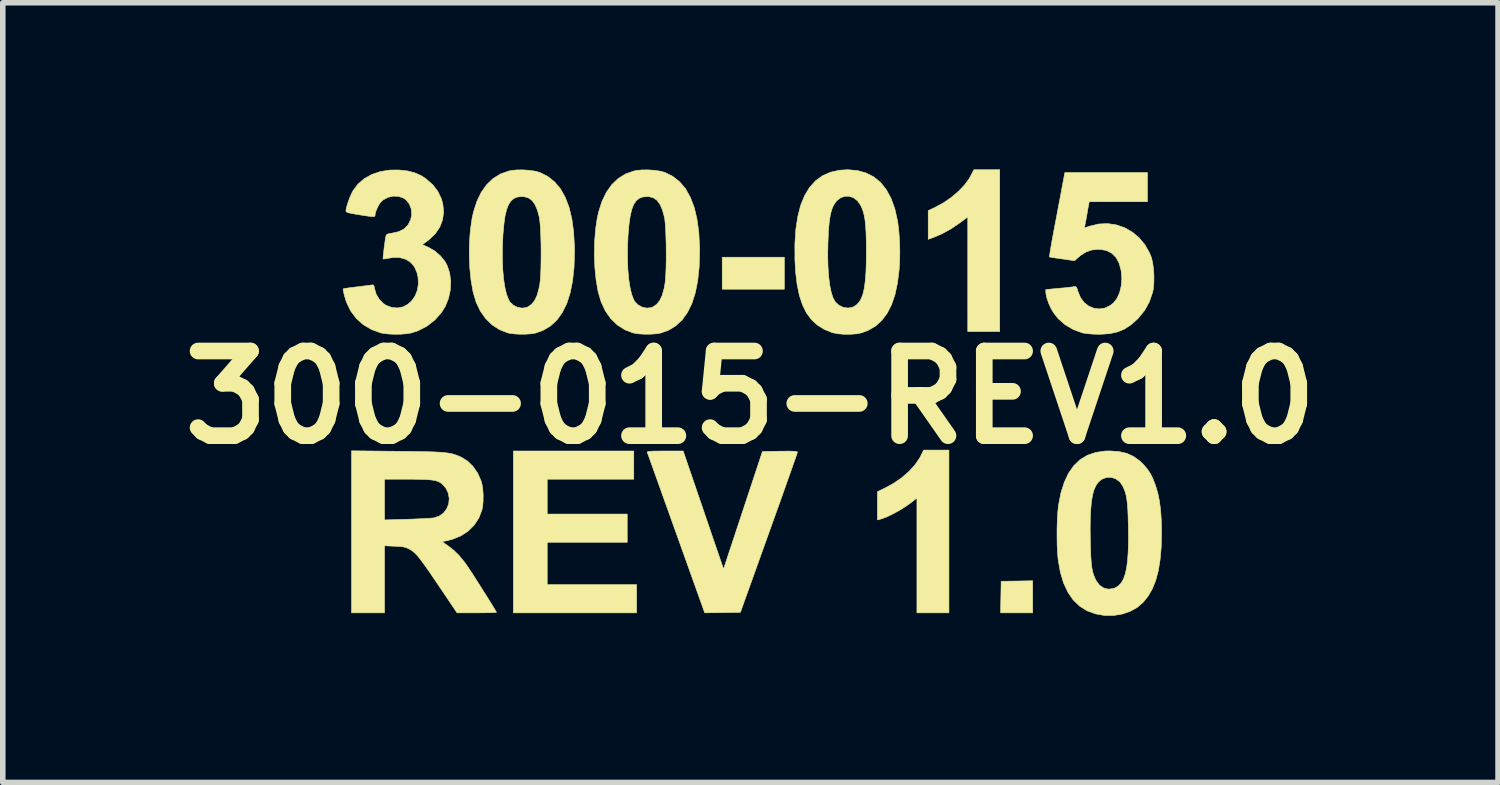
<source format=kicad_pcb>
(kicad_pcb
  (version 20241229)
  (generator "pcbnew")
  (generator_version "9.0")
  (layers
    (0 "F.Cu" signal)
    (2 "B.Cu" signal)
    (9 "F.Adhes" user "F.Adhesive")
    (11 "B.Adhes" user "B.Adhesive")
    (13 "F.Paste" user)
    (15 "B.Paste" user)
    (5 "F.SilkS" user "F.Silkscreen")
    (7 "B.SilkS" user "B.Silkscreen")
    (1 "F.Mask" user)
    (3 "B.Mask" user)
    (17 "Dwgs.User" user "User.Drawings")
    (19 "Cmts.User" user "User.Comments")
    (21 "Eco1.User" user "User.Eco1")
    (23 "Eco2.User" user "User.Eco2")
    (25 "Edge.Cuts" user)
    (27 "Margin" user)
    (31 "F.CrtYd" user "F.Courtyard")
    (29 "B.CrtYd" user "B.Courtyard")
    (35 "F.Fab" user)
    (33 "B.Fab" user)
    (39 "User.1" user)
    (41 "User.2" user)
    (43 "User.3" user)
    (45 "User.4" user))
  (footprint "300-015-REV1.0"
    (layer "F.Cu")
    (at 10.458 4.103)
    (property "Reference" "300-015-REV1.0" (at 0 0 0) (layer "F.SilkS") (effects (font (size 1.524 1.524) (thickness 0.3))))
    (attr through_hole)
    (fp_poly (pts (xy 0.61 -1.947) (xy -0.508 -1.947) (xy -0.508 -2.523) (xy 0.61 -2.523) (xy 0.61 -1.947)) (stroke (width 0.01) (type solid)) (fill yes) (layer "F.SilkS"))
    (fp_poly (pts (xy 5.08 3.878) (xy 4.503 3.878) (xy 4.508 3.594) (xy 4.513 3.31) (xy 4.796 3.306) (xy 5.08 3.301) (xy 5.08 3.878)) (stroke (width 0.01) (type solid)) (fill yes) (layer "F.SilkS"))
    (fp_poly (pts (xy -2.1 1.473) (xy -3.658 1.473) (xy -3.658 2.1) (xy -2.218 2.1) (xy -2.218 2.608) (xy -3.658 2.608) (xy -3.658 3.37) (xy -2.049 3.37) (xy -2.049 3.878) (xy -4.267 3.878) (xy -4.267 0.965) (xy -2.1 0.965) (xy -2.1 1.473)) (stroke (width 0.01) (type solid)) (fill yes) (layer "F.SilkS"))
    (fp_poly (pts (xy 4.487 -1.185) (xy 3.912 -1.185) (xy 3.912 -3.249) (xy 3.772 -3.144) (xy 3.609 -3.033) (xy 3.448 -2.945) (xy 3.312 -2.887) (xy 3.2 -2.845) (xy 3.2 -3.362) (xy 3.315 -3.416) (xy 3.469 -3.499) (xy 3.615 -3.599) (xy 3.745 -3.709) (xy 3.856 -3.826) (xy 3.941 -3.943) (xy 3.963 -3.984) (xy 4.022 -4.098) (xy 4.255 -4.098) (xy 4.487 -4.098) (xy 4.487 -1.185)) (stroke (width 0.01) (type solid)) (fill yes) (layer "F.SilkS"))
    (fp_poly (pts (xy 3.573 3.878) (xy 2.997 3.878) (xy 2.997 1.811) (xy 2.891 1.894) (xy 2.793 1.964) (xy 2.683 2.033) (xy 2.57 2.095) (xy 2.462 2.147) (xy 2.367 2.184) (xy 2.333 2.194) (xy 2.286 2.205) (xy 2.286 1.697) (xy 2.414 1.636) (xy 2.575 1.548) (xy 2.725 1.445) (xy 2.857 1.33) (xy 2.967 1.208) (xy 3.05 1.085) (xy 3.063 1.059) (xy 3.118 0.948) (xy 3.573 0.948) (xy 3.573 3.878)) (stroke (width 0.01) (type solid)) (fill yes) (layer "F.SilkS"))
    (fp_poly (pts (xy -1.211 0.965) (xy -1.001 1.579) (xy -0.946 1.741) (xy -0.886 1.915) (xy -0.826 2.093) (xy -0.766 2.267) (xy -0.711 2.429) (xy -0.662 2.571) (xy -0.638 2.642) (xy -0.484 3.09) (xy 0.216 0.974) (xy 0.532 0.969) (xy 0.647 0.968) (xy 0.732 0.968) (xy 0.791 0.97) (xy 0.827 0.975) (xy 0.843 0.981) (xy 0.846 0.986) (xy 0.84 1.005) (xy 0.824 1.053) (xy 0.798 1.129) (xy 0.762 1.229) (xy 0.719 1.353) (xy 0.668 1.496) (xy 0.611 1.658) (xy 0.548 1.836) (xy 0.479 2.027) (xy 0.407 2.229) (xy 0.332 2.438) (xy -0.181 3.869) (xy -0.502 3.874) (xy -0.823 3.878) (xy -1.336 2.444) (xy -1.412 2.233) (xy -1.484 2.03) (xy -1.553 1.839) (xy -1.616 1.661) (xy -1.674 1.499) (xy -1.726 1.355) (xy -1.77 1.232) (xy -1.806 1.131) (xy -1.833 1.055) (xy -1.851 1.007) (xy -1.858 0.988) (xy -1.858 0.988) (xy -1.855 0.98) (xy -1.837 0.974) (xy -1.8 0.97) (xy -1.741 0.967) (xy -1.655 0.966) (xy -1.539 0.965) (xy -1.539 0.965) (xy -1.211 0.965)) (stroke (width 0.01) (type solid)) (fill yes) (layer "F.SilkS"))
    (fp_poly (pts (xy 1.926 -4.083) (xy 2.083 -4.039) (xy 2.223 -3.967) (xy 2.344 -3.867) (xy 2.447 -3.737) (xy 2.532 -3.58) (xy 2.599 -3.394) (xy 2.647 -3.18) (xy 2.651 -3.159) (xy 2.671 -2.995) (xy 2.684 -2.809) (xy 2.689 -2.616) (xy 2.685 -2.425) (xy 2.676 -2.295) (xy 2.646 -2.056) (xy 2.601 -1.847) (xy 2.539 -1.666) (xy 2.46 -1.512) (xy 2.364 -1.385) (xy 2.251 -1.283) (xy 2.118 -1.206) (xy 1.999 -1.162) (xy 1.911 -1.144) (xy 1.803 -1.136) (xy 1.687 -1.136) (xy 1.577 -1.145) (xy 1.484 -1.163) (xy 1.47 -1.167) (xy 1.327 -1.225) (xy 1.203 -1.303) (xy 1.097 -1.401) (xy 1.008 -1.521) (xy 0.937 -1.666) (xy 0.881 -1.836) (xy 0.84 -2.033) (xy 0.813 -2.258) (xy 0.801 -2.472) (xy 0.801 -2.558) (xy 1.391 -2.558) (xy 1.396 -2.357) (xy 1.408 -2.178) (xy 1.427 -2.022) (xy 1.454 -1.892) (xy 1.487 -1.79) (xy 1.527 -1.719) (xy 1.527 -1.719) (xy 1.594 -1.657) (xy 1.674 -1.619) (xy 1.759 -1.608) (xy 1.841 -1.624) (xy 1.859 -1.632) (xy 1.914 -1.669) (xy 1.959 -1.718) (xy 1.997 -1.783) (xy 2.027 -1.865) (xy 2.05 -1.969) (xy 2.067 -2.096) (xy 2.079 -2.248) (xy 2.085 -2.429) (xy 2.087 -2.642) (xy 2.087 -2.642) (xy 2.085 -2.821) (xy 2.081 -2.97) (xy 2.073 -3.094) (xy 2.062 -3.198) (xy 2.046 -3.284) (xy 2.026 -3.358) (xy 2 -3.424) (xy 1.986 -3.454) (xy 1.928 -3.538) (xy 1.857 -3.593) (xy 1.78 -3.62) (xy 1.7 -3.62) (xy 1.623 -3.593) (xy 1.553 -3.54) (xy 1.497 -3.461) (xy 1.467 -3.391) (xy 1.446 -3.318) (xy 1.43 -3.236) (xy 1.417 -3.139) (xy 1.406 -3.024) (xy 1.399 -2.883) (xy 1.395 -2.777) (xy 1.391 -2.558) (xy 0.801 -2.558) (xy 0.8 -2.761) (xy 0.817 -3.022) (xy 0.852 -3.254) (xy 0.904 -3.457) (xy 0.975 -3.632) (xy 1.064 -3.779) (xy 1.171 -3.898) (xy 1.296 -3.989) (xy 1.44 -4.053) (xy 1.603 -4.089) (xy 1.751 -4.098) (xy 1.926 -4.083)) (stroke (width 0.01) (type solid)) (fill yes) (layer "F.SilkS"))
    (fp_poly (pts (xy -3.979 -4.087) (xy -3.872 -4.071) (xy -3.789 -4.048) (xy -3.648 -3.977) (xy -3.525 -3.879) (xy -3.42 -3.755) (xy -3.334 -3.602) (xy -3.265 -3.422) (xy -3.215 -3.214) (xy -3.183 -2.978) (xy -3.168 -2.713) (xy -3.167 -2.623) (xy -3.175 -2.347) (xy -3.201 -2.1) (xy -3.245 -1.881) (xy -3.306 -1.69) (xy -3.386 -1.528) (xy -3.483 -1.393) (xy -3.599 -1.286) (xy -3.733 -1.206) (xy -3.865 -1.159) (xy -3.944 -1.145) (xy -4.044 -1.138) (xy -4.152 -1.137) (xy -4.256 -1.143) (xy -4.345 -1.156) (xy -4.367 -1.161) (xy -4.517 -1.219) (xy -4.65 -1.305) (xy -4.766 -1.418) (xy -4.863 -1.556) (xy -4.939 -1.717) (xy -4.993 -1.9) (xy -4.994 -1.905) (xy -5.03 -2.112) (xy -5.052 -2.336) (xy -5.058 -2.485) (xy -4.465 -2.485) (xy -4.458 -2.298) (xy -4.443 -2.129) (xy -4.42 -1.981) (xy -4.391 -1.858) (xy -4.355 -1.763) (xy -4.331 -1.721) (xy -4.271 -1.662) (xy -4.196 -1.623) (xy -4.114 -1.607) (xy -4.036 -1.616) (xy -4.008 -1.628) (xy -3.94 -1.675) (xy -3.886 -1.741) (xy -3.843 -1.83) (xy -3.809 -1.947) (xy -3.791 -2.041) (xy -3.782 -2.115) (xy -3.776 -2.215) (xy -3.771 -2.335) (xy -3.769 -2.468) (xy -3.768 -2.608) (xy -3.769 -2.75) (xy -3.773 -2.886) (xy -3.778 -3.011) (xy -3.785 -3.118) (xy -3.794 -3.202) (xy -3.8 -3.242) (xy -3.836 -3.374) (xy -3.88 -3.475) (xy -3.934 -3.548) (xy -4 -3.593) (xy -4.079 -3.614) (xy -4.115 -3.615) (xy -4.192 -3.607) (xy -4.257 -3.582) (xy -4.311 -3.536) (xy -4.355 -3.469) (xy -4.39 -3.378) (xy -4.418 -3.26) (xy -4.438 -3.113) (xy -4.454 -2.935) (xy -4.456 -2.902) (xy -4.465 -2.688) (xy -4.465 -2.485) (xy -5.058 -2.485) (xy -5.061 -2.567) (xy -5.057 -2.799) (xy -5.04 -3.021) (xy -5.01 -3.226) (xy -4.986 -3.334) (xy -4.925 -3.526) (xy -4.845 -3.692) (xy -4.747 -3.83) (xy -4.632 -3.94) (xy -4.499 -4.022) (xy -4.351 -4.074) (xy -4.31 -4.083) (xy -4.209 -4.094) (xy -4.095 -4.095) (xy -3.979 -4.087)) (stroke (width 0.01) (type solid)) (fill yes) (layer "F.SilkS"))
    (fp_poly (pts (xy -1.727 -4.087) (xy -1.62 -4.071) (xy -1.537 -4.048) (xy -1.396 -3.977) (xy -1.273 -3.879) (xy -1.168 -3.755) (xy -1.082 -3.602) (xy -1.013 -3.422) (xy -0.963 -3.214) (xy -0.93 -2.978) (xy -0.916 -2.713) (xy -0.915 -2.623) (xy -0.923 -2.347) (xy -0.949 -2.1) (xy -0.993 -1.881) (xy -1.054 -1.69) (xy -1.134 -1.528) (xy -1.231 -1.393) (xy -1.347 -1.286) (xy -1.48 -1.206) (xy -1.613 -1.159) (xy -1.692 -1.145) (xy -1.792 -1.138) (xy -1.9 -1.137) (xy -2.004 -1.143) (xy -2.092 -1.156) (xy -2.115 -1.161) (xy -2.264 -1.219) (xy -2.398 -1.305) (xy -2.514 -1.418) (xy -2.611 -1.556) (xy -2.687 -1.717) (xy -2.741 -1.9) (xy -2.742 -1.905) (xy -2.778 -2.112) (xy -2.8 -2.336) (xy -2.806 -2.485) (xy -2.213 -2.485) (xy -2.206 -2.298) (xy -2.191 -2.129) (xy -2.168 -1.981) (xy -2.139 -1.858) (xy -2.103 -1.763) (xy -2.079 -1.721) (xy -2.019 -1.662) (xy -1.944 -1.623) (xy -1.862 -1.607) (xy -1.784 -1.616) (xy -1.756 -1.628) (xy -1.688 -1.675) (xy -1.634 -1.741) (xy -1.591 -1.83) (xy -1.557 -1.947) (xy -1.539 -2.041) (xy -1.53 -2.115) (xy -1.524 -2.215) (xy -1.519 -2.335) (xy -1.516 -2.468) (xy -1.516 -2.608) (xy -1.517 -2.75) (xy -1.521 -2.886) (xy -1.526 -3.011) (xy -1.533 -3.118) (xy -1.541 -3.202) (xy -1.548 -3.242) (xy -1.584 -3.374) (xy -1.628 -3.475) (xy -1.682 -3.548) (xy -1.748 -3.593) (xy -1.827 -3.614) (xy -1.863 -3.615) (xy -1.94 -3.607) (xy -2.005 -3.582) (xy -2.059 -3.536) (xy -2.103 -3.469) (xy -2.138 -3.378) (xy -2.165 -3.26) (xy -2.186 -3.113) (xy -2.201 -2.935) (xy -2.204 -2.902) (xy -2.212 -2.688) (xy -2.213 -2.485) (xy -2.806 -2.485) (xy -2.809 -2.567) (xy -2.805 -2.799) (xy -2.788 -3.021) (xy -2.758 -3.226) (xy -2.734 -3.334) (xy -2.673 -3.526) (xy -2.593 -3.692) (xy -2.495 -3.83) (xy -2.38 -3.94) (xy -2.247 -4.022) (xy -2.099 -4.074) (xy -2.057 -4.083) (xy -1.957 -4.094) (xy -1.843 -4.095) (xy -1.727 -4.087)) (stroke (width 0.01) (type solid)) (fill yes) (layer "F.SilkS"))
    (fp_poly (pts (xy 6.626 0.974) (xy 6.769 1.006) (xy 6.894 1.062) (xy 7.008 1.144) (xy 7.071 1.205) (xy 7.142 1.288) (xy 7.199 1.371) (xy 7.246 1.467) (xy 7.291 1.584) (xy 7.296 1.6) (xy 7.335 1.733) (xy 7.363 1.874) (xy 7.383 2.029) (xy 7.395 2.203) (xy 7.4 2.405) (xy 7.4 2.441) (xy 7.394 2.695) (xy 7.374 2.921) (xy 7.342 3.119) (xy 7.295 3.294) (xy 7.234 3.446) (xy 7.158 3.578) (xy 7.073 3.685) (xy 6.965 3.779) (xy 6.836 3.851) (xy 6.69 3.901) (xy 6.534 3.926) (xy 6.372 3.925) (xy 6.213 3.897) (xy 6.059 3.841) (xy 5.925 3.757) (xy 5.81 3.646) (xy 5.714 3.506) (xy 5.636 3.339) (xy 5.578 3.144) (xy 5.539 2.921) (xy 5.538 2.912) (xy 5.528 2.799) (xy 5.521 2.662) (xy 5.519 2.513) (xy 5.519 2.39) (xy 6.115 2.39) (xy 6.118 2.578) (xy 6.122 2.738) (xy 6.127 2.869) (xy 6.135 2.976) (xy 6.145 3.063) (xy 6.159 3.136) (xy 6.178 3.198) (xy 6.201 3.255) (xy 6.226 3.304) (xy 6.284 3.381) (xy 6.358 3.431) (xy 6.442 3.452) (xy 6.531 3.441) (xy 6.56 3.431) (xy 6.619 3.396) (xy 6.67 3.345) (xy 6.712 3.275) (xy 6.745 3.184) (xy 6.771 3.071) (xy 6.789 2.932) (xy 6.8 2.766) (xy 6.805 2.572) (xy 6.803 2.347) (xy 6.802 2.307) (xy 6.798 2.15) (xy 6.793 2.023) (xy 6.785 1.919) (xy 6.775 1.833) (xy 6.762 1.762) (xy 6.744 1.698) (xy 6.721 1.639) (xy 6.704 1.6) (xy 6.651 1.521) (xy 6.58 1.468) (xy 6.499 1.44) (xy 6.413 1.44) (xy 6.33 1.471) (xy 6.312 1.482) (xy 6.262 1.526) (xy 6.22 1.585) (xy 6.185 1.662) (xy 6.158 1.758) (xy 6.138 1.877) (xy 6.125 2.02) (xy 6.117 2.19) (xy 6.115 2.39) (xy 5.519 2.39) (xy 5.519 2.358) (xy 5.524 2.209) (xy 5.532 2.073) (xy 5.543 1.959) (xy 5.546 1.939) (xy 5.589 1.718) (xy 5.65 1.526) (xy 5.727 1.363) (xy 5.822 1.228) (xy 5.934 1.121) (xy 6.065 1.042) (xy 6.215 0.991) (xy 6.383 0.966) (xy 6.46 0.964) (xy 6.626 0.974)) (stroke (width 0.01) (type solid)) (fill yes) (layer "F.SilkS"))
    (fp_poly (pts (xy -6.363 0.97) (xy -6.157 0.972) (xy -5.981 0.975) (xy -5.834 0.978) (xy -5.71 0.981) (xy -5.607 0.986) (xy -5.522 0.993) (xy -5.451 1.001) (xy -5.391 1.011) (xy -5.34 1.024) (xy -5.292 1.04) (xy -5.247 1.058) (xy -5.202 1.078) (xy -5.089 1.149) (xy -4.99 1.247) (xy -4.909 1.367) (xy -4.849 1.502) (xy -4.835 1.55) (xy -4.819 1.642) (xy -4.811 1.751) (xy -4.812 1.864) (xy -4.821 1.967) (xy -4.833 2.026) (xy -4.888 2.17) (xy -4.971 2.297) (xy -5.079 2.405) (xy -5.21 2.491) (xy -5.36 2.553) (xy -5.447 2.576) (xy -5.551 2.597) (xy -5.437 2.677) (xy -5.337 2.755) (xy -5.244 2.847) (xy -5.151 2.96) (xy -5.105 3.023) (xy -5.079 3.062) (xy -5.04 3.121) (xy -4.991 3.196) (xy -4.935 3.283) (xy -4.876 3.377) (xy -4.815 3.473) (xy -4.755 3.568) (xy -4.699 3.657) (xy -4.65 3.736) (xy -4.611 3.8) (xy -4.584 3.846) (xy -4.572 3.868) (xy -4.572 3.869) (xy -4.588 3.871) (xy -4.633 3.874) (xy -4.702 3.876) (xy -4.79 3.877) (xy -4.892 3.878) (xy -4.927 3.878) (xy -5.281 3.878) (xy -5.581 3.433) (xy -5.684 3.281) (xy -5.77 3.154) (xy -5.843 3.051) (xy -5.903 2.967) (xy -5.953 2.901) (xy -5.995 2.849) (xy -6.032 2.81) (xy -6.065 2.78) (xy -6.096 2.757) (xy -6.129 2.737) (xy -6.132 2.735) (xy -6.178 2.712) (xy -6.22 2.697) (xy -6.269 2.688) (xy -6.335 2.682) (xy -6.405 2.679) (xy -6.587 2.671) (xy -6.587 3.878) (xy -7.18 3.878) (xy -7.18 1.473) (xy -6.587 1.473) (xy -6.587 2.206) (xy -6.176 2.194) (xy -6.057 2.19) (xy -5.946 2.185) (xy -5.847 2.18) (xy -5.768 2.175) (xy -5.713 2.171) (xy -5.694 2.168) (xy -5.599 2.135) (xy -5.522 2.079) (xy -5.466 2.004) (xy -5.432 1.918) (xy -5.422 1.824) (xy -5.437 1.73) (xy -5.478 1.64) (xy -5.526 1.582) (xy -5.559 1.551) (xy -5.595 1.527) (xy -5.636 1.508) (xy -5.687 1.495) (xy -5.753 1.485) (xy -5.837 1.479) (xy -5.944 1.475) (xy -6.078 1.473) (xy -6.181 1.473) (xy -6.587 1.473) (xy -7.18 1.473) (xy -7.18 0.962) (xy -6.363 0.97)) (stroke (width 0.01) (type solid)) (fill yes) (layer "F.SilkS"))
    (fp_poly (pts (xy 7.146 -3.522) (xy 6.099 -3.522) (xy 6.089 -3.476) (xy 6.082 -3.438) (xy 6.071 -3.378) (xy 6.059 -3.306) (xy 6.054 -3.277) (xy 6.041 -3.204) (xy 6.029 -3.141) (xy 6.021 -3.097) (xy 6.019 -3.087) (xy 6.011 -3.05) (xy 6.106 -3.082) (xy 6.269 -3.121) (xy 6.43 -3.128) (xy 6.587 -3.105) (xy 6.736 -3.054) (xy 6.874 -2.975) (xy 6.997 -2.872) (xy 7.102 -2.745) (xy 7.185 -2.598) (xy 7.216 -2.521) (xy 7.239 -2.429) (xy 7.255 -2.314) (xy 7.263 -2.189) (xy 7.262 -2.066) (xy 7.252 -1.955) (xy 7.24 -1.895) (xy 7.181 -1.721) (xy 7.095 -1.565) (xy 6.979 -1.423) (xy 6.961 -1.405) (xy 6.846 -1.304) (xy 6.73 -1.229) (xy 6.606 -1.178) (xy 6.467 -1.147) (xy 6.306 -1.136) (xy 6.258 -1.136) (xy 6.165 -1.139) (xy 6.077 -1.146) (xy 6.004 -1.156) (xy 5.977 -1.161) (xy 5.812 -1.221) (xy 5.664 -1.308) (xy 5.538 -1.419) (xy 5.454 -1.526) (xy 5.409 -1.604) (xy 5.369 -1.692) (xy 5.338 -1.781) (xy 5.32 -1.859) (xy 5.317 -1.895) (xy 5.317 -1.941) (xy 5.55 -1.963) (xy 5.639 -1.971) (xy 5.719 -1.979) (xy 5.782 -1.987) (xy 5.821 -1.992) (xy 5.826 -1.993) (xy 5.851 -1.995) (xy 5.867 -1.984) (xy 5.881 -1.955) (xy 5.897 -1.902) (xy 5.942 -1.794) (xy 6.007 -1.707) (xy 6.089 -1.643) (xy 6.181 -1.605) (xy 6.279 -1.593) (xy 6.378 -1.608) (xy 6.474 -1.653) (xy 6.541 -1.706) (xy 6.601 -1.787) (xy 6.647 -1.891) (xy 6.675 -2.011) (xy 6.685 -2.141) (xy 6.674 -2.272) (xy 6.672 -2.285) (xy 6.636 -2.416) (xy 6.58 -2.52) (xy 6.504 -2.595) (xy 6.409 -2.644) (xy 6.294 -2.664) (xy 6.257 -2.665) (xy 6.142 -2.653) (xy 6.04 -2.617) (xy 5.94 -2.553) (xy 5.906 -2.524) (xy 5.833 -2.46) (xy 5.613 -2.492) (xy 5.531 -2.504) (xy 5.461 -2.514) (xy 5.41 -2.523) (xy 5.385 -2.527) (xy 5.383 -2.527) (xy 5.384 -2.544) (xy 5.39 -2.591) (xy 5.401 -2.661) (xy 5.417 -2.753) (xy 5.436 -2.861) (xy 5.458 -2.981) (xy 5.463 -3.006) (xy 5.49 -3.147) (xy 5.518 -3.294) (xy 5.545 -3.44) (xy 5.571 -3.575) (xy 5.593 -3.691) (xy 5.606 -3.763) (xy 5.66 -4.047) (xy 7.146 -4.047) (xy 7.146 -3.522)) (stroke (width 0.01) (type solid)) (fill yes) (layer "F.SilkS"))
    (fp_poly (pts (xy -6.172 -4.076) (xy -6.041 -4.042) (xy -5.924 -3.99) (xy -5.844 -3.937) (xy -5.72 -3.829) (xy -5.627 -3.709) (xy -5.563 -3.575) (xy -5.537 -3.48) (xy -5.523 -3.334) (xy -5.542 -3.195) (xy -5.592 -3.064) (xy -5.674 -2.945) (xy -5.785 -2.839) (xy -5.806 -2.822) (xy -5.906 -2.749) (xy -5.795 -2.701) (xy -5.683 -2.636) (xy -5.581 -2.548) (xy -5.498 -2.445) (xy -5.463 -2.382) (xy -5.415 -2.243) (xy -5.395 -2.092) (xy -5.402 -1.936) (xy -5.435 -1.782) (xy -5.494 -1.637) (xy -5.561 -1.528) (xy -5.681 -1.393) (xy -5.822 -1.283) (xy -5.98 -1.201) (xy -6.104 -1.16) (xy -6.187 -1.146) (xy -6.291 -1.138) (xy -6.404 -1.136) (xy -6.514 -1.141) (xy -6.61 -1.152) (xy -6.655 -1.161) (xy -6.822 -1.222) (xy -6.969 -1.309) (xy -7.094 -1.421) (xy -7.196 -1.556) (xy -7.272 -1.713) (xy -7.309 -1.833) (xy -7.322 -1.891) (xy -7.33 -1.934) (xy -7.331 -1.954) (xy -7.33 -1.954) (xy -7.312 -1.959) (xy -7.266 -1.966) (xy -7.2 -1.975) (xy -7.119 -1.985) (xy -7.095 -1.988) (xy -7.007 -1.999) (xy -6.927 -2.009) (xy -6.864 -2.017) (xy -6.826 -2.022) (xy -6.822 -2.023) (xy -6.793 -2.025) (xy -6.778 -2.012) (xy -6.769 -1.976) (xy -6.766 -1.957) (xy -6.736 -1.856) (xy -6.68 -1.763) (xy -6.605 -1.688) (xy -6.556 -1.656) (xy -6.451 -1.617) (xy -6.349 -1.61) (xy -6.254 -1.629) (xy -6.169 -1.674) (xy -6.095 -1.74) (xy -6.037 -1.824) (xy -5.997 -1.923) (xy -5.978 -2.034) (xy -5.982 -2.154) (xy -6.002 -2.245) (xy -6.049 -2.352) (xy -6.118 -2.433) (xy -6.207 -2.488) (xy -6.315 -2.517) (xy -6.439 -2.517) (xy -6.52 -2.504) (xy -6.569 -2.495) (xy -6.604 -2.491) (xy -6.612 -2.492) (xy -6.613 -2.51) (xy -6.609 -2.553) (xy -6.602 -2.615) (xy -6.594 -2.686) (xy -6.584 -2.759) (xy -6.575 -2.827) (xy -6.566 -2.881) (xy -6.561 -2.906) (xy -6.551 -2.928) (xy -6.526 -2.942) (xy -6.478 -2.952) (xy -6.456 -2.955) (xy -6.333 -2.983) (xy -6.235 -3.032) (xy -6.163 -3.105) (xy -6.115 -3.199) (xy -6.097 -3.297) (xy -6.106 -3.394) (xy -6.14 -3.482) (xy -6.197 -3.553) (xy -6.241 -3.585) (xy -6.33 -3.618) (xy -6.428 -3.623) (xy -6.524 -3.601) (xy -6.61 -3.555) (xy -6.65 -3.52) (xy -6.684 -3.473) (xy -6.717 -3.411) (xy -6.743 -3.348) (xy -6.756 -3.297) (xy -6.756 -3.289) (xy -6.757 -3.272) (xy -6.763 -3.261) (xy -6.779 -3.254) (xy -6.808 -3.254) (xy -6.856 -3.259) (xy -6.928 -3.269) (xy -7.028 -3.285) (xy -7.048 -3.288) (xy -7.141 -3.304) (xy -7.205 -3.316) (xy -7.246 -3.326) (xy -7.269 -3.336) (xy -7.279 -3.348) (xy -7.281 -3.363) (xy -7.281 -3.363) (xy -7.274 -3.407) (xy -7.256 -3.472) (xy -7.23 -3.548) (xy -7.2 -3.624) (xy -7.169 -3.691) (xy -7.154 -3.719) (xy -7.065 -3.839) (xy -6.951 -3.937) (xy -6.815 -4.013) (xy -6.661 -4.065) (xy -6.49 -4.092) (xy -6.326 -4.093) (xy -6.172 -4.076)) (stroke (width 0.01) (type solid)) (fill yes) (layer "F.SilkS")))
  (gr_rect
    (start -3 -3)
    (end 23.915 11.034)
    (stroke (width 0.1) (type default))
    (fill no)
    (layer "Edge.Cuts")))
</source>
